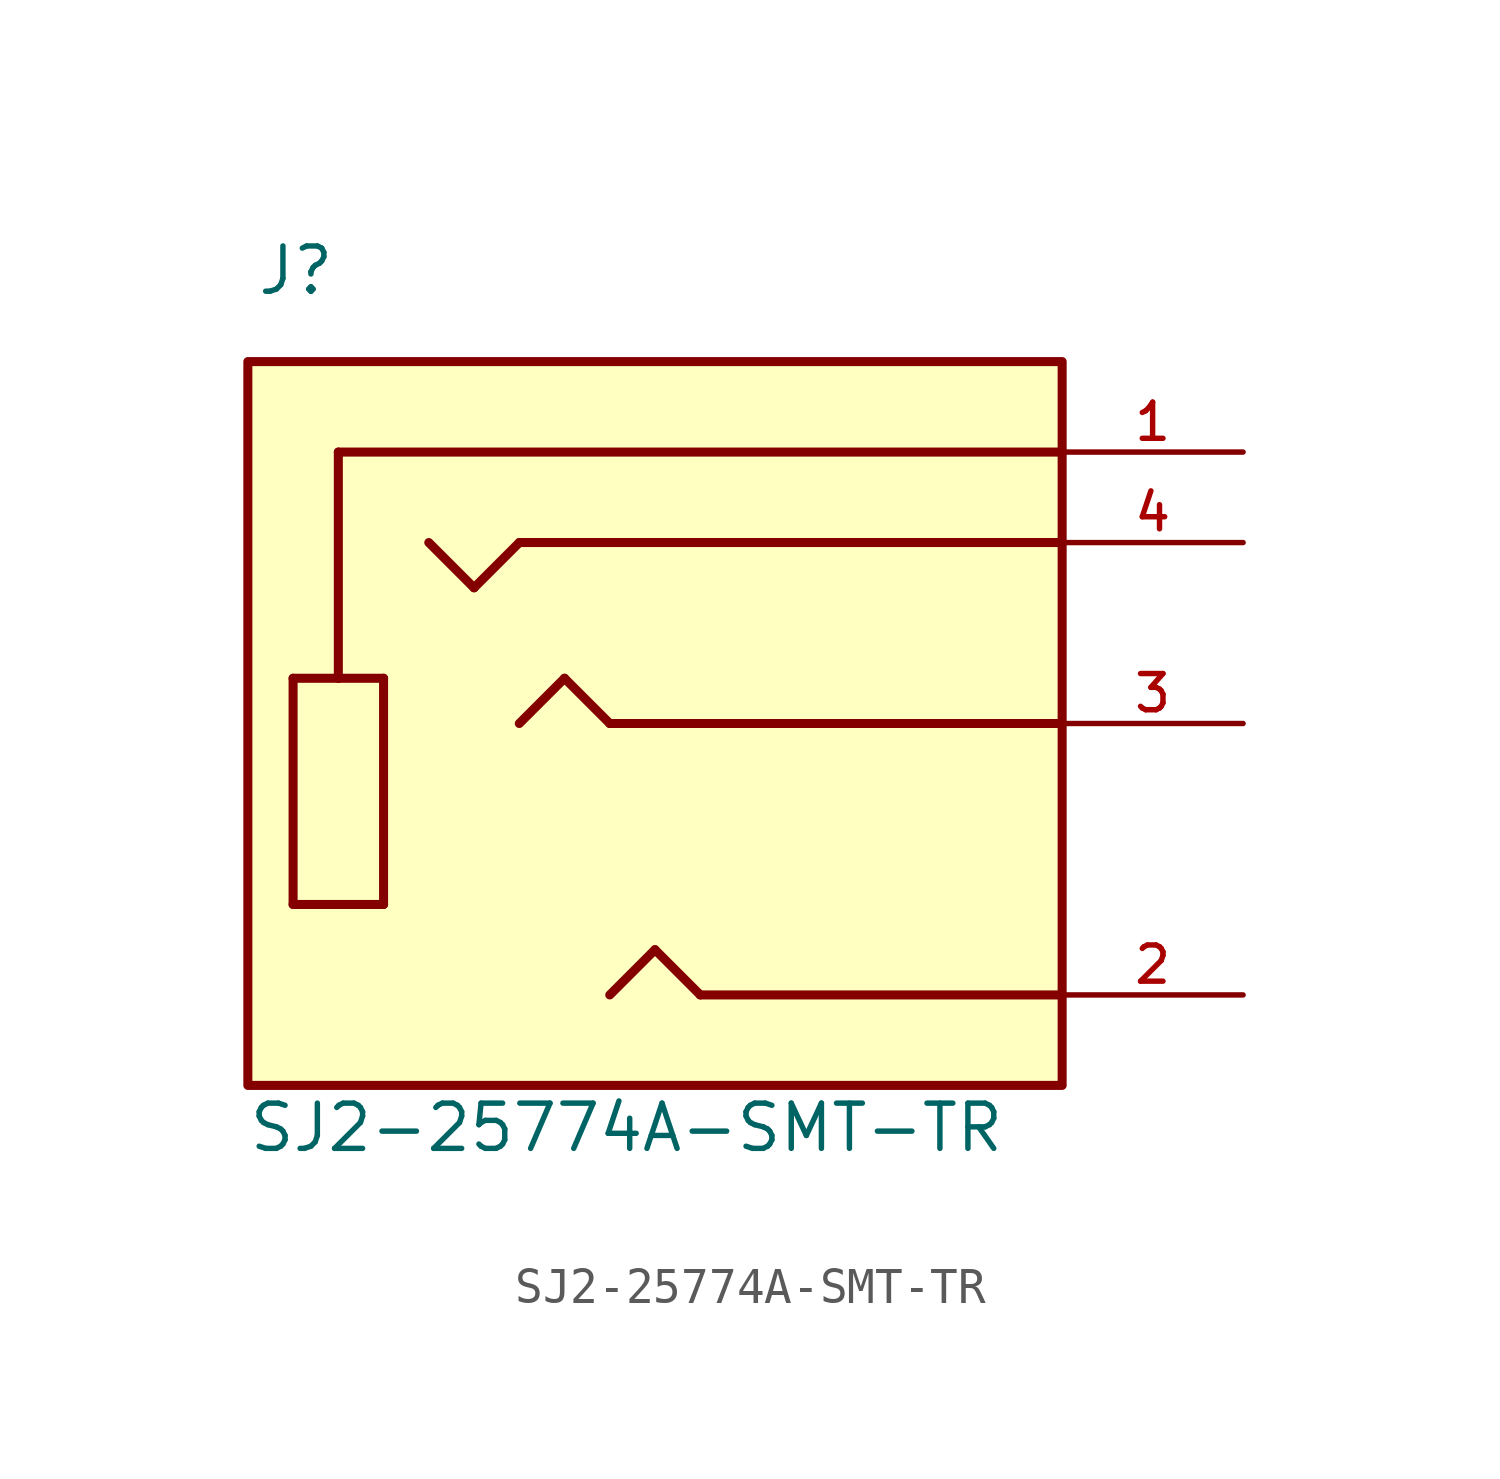
<source format=kicad_sym>
(kicad_symbol_lib
  (version 20211014)
  (generator kicad_symbol_editor)
  (symbol "SJ2-25774A-SMT-TR"
    (pin_names
      (offset 1.016))
    (property "Reference" "J"
      (at -12.481 11.973 0)
      (effects (font (size 1.27 1.27)) (justify bottom left)))
    (property "Value" "SJ2-25774A-SMT-TR"
      (at -12.724 -12.091 0)
      (effects (font (size 1.27 1.27)) (justify bottom left)))
    (symbol "SJ2-25774A-SMT-TR_0_0"
      (polyline (pts (xy -11.43 1.27) (xy -10.16 1.27)) (stroke (width 0.254)))
      (polyline (pts (xy -10.16 1.27) (xy -8.89 1.27)) (stroke (width 0.254)))
      (polyline (pts (xy -8.89 1.27) (xy -8.89 -5.08)) (stroke (width 0.254)))
      (polyline (pts (xy -8.89 -5.08) (xy -11.43 -5.08)) (stroke (width 0.254)))
      (polyline (pts (xy -11.43 -5.08) (xy -11.43 1.27)) (stroke (width 0.254)))
      (polyline (pts (xy -10.16 1.27) (xy -10.16 7.62)) (stroke (width 0.254)))
      (polyline (pts (xy -10.16 7.62) (xy 10.16 7.62)) (stroke (width 0.254)))
      (polyline (pts (xy -7.62 5.08) (xy -6.35 3.81)) (stroke (width 0.254)))
      (polyline (pts (xy -6.35 3.81) (xy -5.08 5.08)) (stroke (width 0.254)))
      (polyline (pts (xy -5.08 5.08) (xy 10.16 5.08)) (stroke (width 0.254)))
      (polyline (pts (xy -2.54 -7.62) (xy -1.27 -6.35)) (stroke (width 0.254)))
      (polyline (pts (xy -1.27 -6.35) (xy 0.0 -7.62)) (stroke (width 0.254)))
      (polyline (pts (xy 0.0 -7.62) (xy 10.16 -7.62)) (stroke (width 0.254)))
      (polyline (pts (xy -2.54 0.0) (xy 10.16 0.0)) (stroke (width 0.254)))
      (polyline (pts (xy -2.54 0.0) (xy -3.81 1.27)) (stroke (width 0.254)))
      (polyline (pts (xy -3.81 1.27) (xy -5.08 0.0)) (stroke (width 0.254)))
      (rectangle (start -12.7 -10.16) (end 10.16 10.16) (stroke (width 0.254)) (fill (type background)))
      (pin passive line (at 15.24 7.62 180.0) (length 5.08) (name "~" (effects (font (size 1.016 1.016)))) (number "1" (effects (font (size 1.016 1.016)))))
      (pin passive line (at 15.24 -7.62 180.0) (length 5.08) (name "~" (effects (font (size 1.016 1.016)))) (number "2" (effects (font (size 1.016 1.016)))))
      (pin passive line (at 15.24 0.0 180.0) (length 5.08) (name "~" (effects (font (size 1.016 1.016)))) (number "3" (effects (font (size 1.016 1.016)))))
      (pin passive line (at 15.24 5.08 180.0) (length 5.08) (name "~" (effects (font (size 1.016 1.016)))) (number "4" (effects (font (size 1.016 1.016))))))))
</source>
